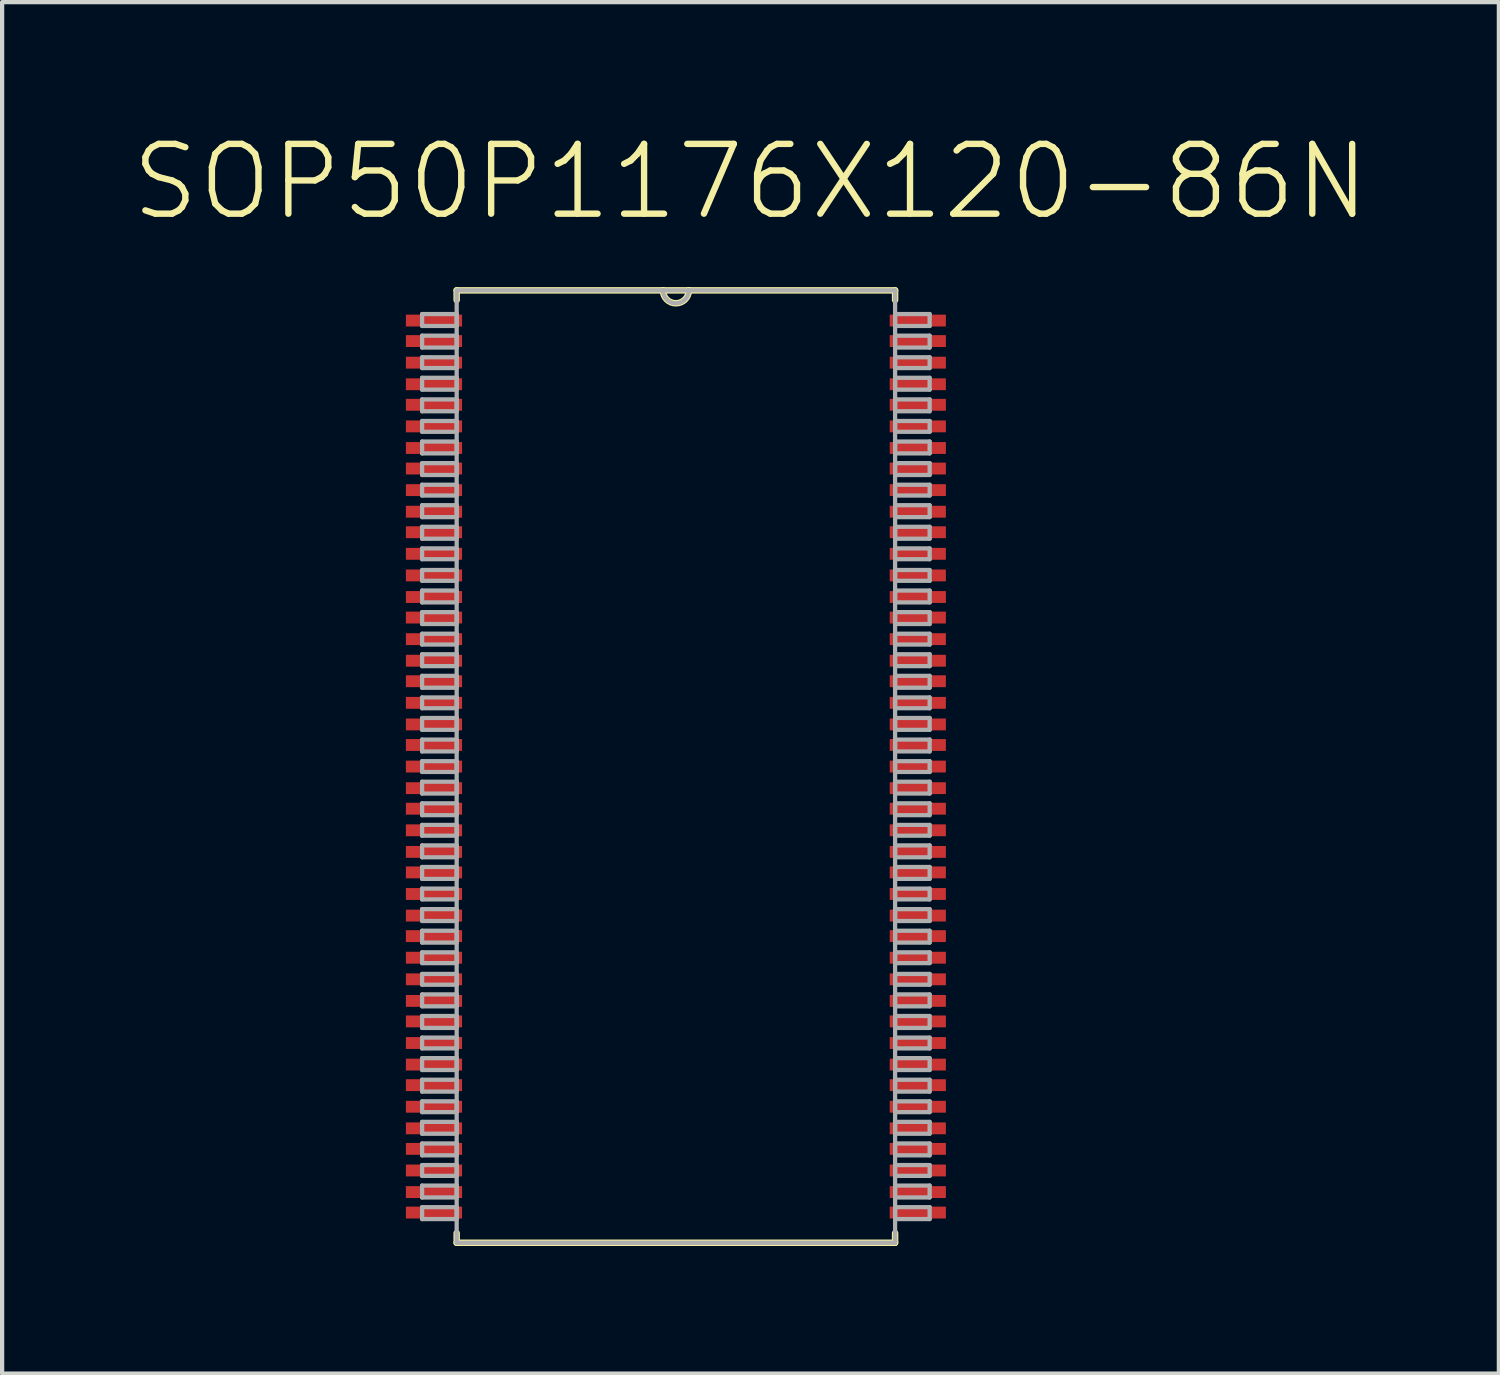
<source format=kicad_pcb>
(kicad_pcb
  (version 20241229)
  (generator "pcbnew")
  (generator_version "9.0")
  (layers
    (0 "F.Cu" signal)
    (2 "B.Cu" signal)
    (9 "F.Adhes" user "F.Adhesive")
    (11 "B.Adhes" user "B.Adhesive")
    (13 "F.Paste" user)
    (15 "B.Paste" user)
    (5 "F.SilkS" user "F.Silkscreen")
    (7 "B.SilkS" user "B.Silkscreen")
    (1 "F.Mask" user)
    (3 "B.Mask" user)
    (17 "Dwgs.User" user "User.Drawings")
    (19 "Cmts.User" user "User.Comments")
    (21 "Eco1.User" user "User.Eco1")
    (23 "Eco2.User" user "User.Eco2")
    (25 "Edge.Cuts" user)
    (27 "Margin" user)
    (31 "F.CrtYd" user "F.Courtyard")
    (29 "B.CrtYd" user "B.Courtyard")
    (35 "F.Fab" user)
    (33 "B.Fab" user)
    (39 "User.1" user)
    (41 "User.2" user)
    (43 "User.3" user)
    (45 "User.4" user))
  (footprint "SOP50P1176X120-86N"
    (layer "F.Cu")
    (at 12.847 14.98)
    (property "Reference" "SOP50P1176X120-86N" (at 1.754 -13.756 0) (layer "F.SilkS") (effects (font (size 1.642 1.642) (thickness 0.15))))
    (attr through_hole)
    (fp_line (start -5.156 -11.201) (end -5.156 -10.973) (stroke (width 0.152) (type solid)) (layer "F.SilkS"))
    (fp_line (start -5.156 10.973) (end -5.156 11.201) (stroke (width 0.152) (type solid)) (layer "F.SilkS"))
    (fp_line (start -5.156 11.201) (end 5.156 11.201) (stroke (width 0.152) (type solid)) (layer "F.SilkS"))
    (fp_line (start -0.305 -11.201) (end -5.156 -11.201) (stroke (width 0.152) (type solid)) (layer "F.SilkS"))
    (fp_line (start 0.305 -11.201) (end -0.305 -11.201) (stroke (width 0.152) (type solid)) (layer "F.SilkS"))
    (fp_line (start 5.156 -11.201) (end 0.305 -11.201) (stroke (width 0.152) (type solid)) (layer "F.SilkS"))
    (fp_line (start 5.156 -10.973) (end 5.156 -11.201) (stroke (width 0.152) (type solid)) (layer "F.SilkS"))
    (fp_line (start 5.156 11.201) (end 5.156 10.973) (stroke (width 0.152) (type solid)) (layer "F.SilkS"))
    (fp_arc (start 0.3048 -11.2014) (mid 0 -10.8966) (end -0.3048 -11.2014) (stroke (width 0.1524) (type solid)) (layer "F.SilkS"))
    (fp_line (start -5.969 -10.643) (end -5.969 -10.363) (stroke (width 0.1) (type solid)) (layer "F.Fab"))
    (fp_line (start -5.969 -10.363) (end -5.156 -10.363) (stroke (width 0.1) (type solid)) (layer "F.Fab"))
    (fp_line (start -5.969 -10.135) (end -5.969 -9.855) (stroke (width 0.1) (type solid)) (layer "F.Fab"))
    (fp_line (start -5.969 -9.855) (end -5.156 -9.855) (stroke (width 0.1) (type solid)) (layer "F.Fab"))
    (fp_line (start -5.969 -9.627) (end -5.969 -9.373) (stroke (width 0.1) (type solid)) (layer "F.Fab"))
    (fp_line (start -5.969 -9.373) (end -5.156 -9.373) (stroke (width 0.1) (type solid)) (layer "F.Fab"))
    (fp_line (start -5.969 -9.144) (end -5.969 -8.865) (stroke (width 0.1) (type solid)) (layer "F.Fab"))
    (fp_line (start -5.969 -8.865) (end -5.156 -8.865) (stroke (width 0.1) (type solid)) (layer "F.Fab"))
    (fp_line (start -5.969 -8.636) (end -5.969 -8.357) (stroke (width 0.1) (type solid)) (layer "F.Fab"))
    (fp_line (start -5.969 -8.357) (end -5.156 -8.357) (stroke (width 0.1) (type solid)) (layer "F.Fab"))
    (fp_line (start -5.969 -8.128) (end -5.969 -7.874) (stroke (width 0.1) (type solid)) (layer "F.Fab"))
    (fp_line (start -5.969 -7.874) (end -5.156 -7.874) (stroke (width 0.1) (type solid)) (layer "F.Fab"))
    (fp_line (start -5.969 -7.645) (end -5.969 -7.366) (stroke (width 0.1) (type solid)) (layer "F.Fab"))
    (fp_line (start -5.969 -7.366) (end -5.156 -7.366) (stroke (width 0.1) (type solid)) (layer "F.Fab"))
    (fp_line (start -5.969 -7.137) (end -5.969 -6.858) (stroke (width 0.1) (type solid)) (layer "F.Fab"))
    (fp_line (start -5.969 -6.858) (end -5.156 -6.858) (stroke (width 0.1) (type solid)) (layer "F.Fab"))
    (fp_line (start -5.969 -6.629) (end -5.969 -6.375) (stroke (width 0.1) (type solid)) (layer "F.Fab"))
    (fp_line (start -5.969 -6.375) (end -5.156 -6.375) (stroke (width 0.1) (type solid)) (layer "F.Fab"))
    (fp_line (start -5.969 -6.147) (end -5.969 -5.867) (stroke (width 0.1) (type solid)) (layer "F.Fab"))
    (fp_line (start -5.969 -5.867) (end -5.156 -5.867) (stroke (width 0.1) (type solid)) (layer "F.Fab"))
    (fp_line (start -5.969 -5.639) (end -5.969 -5.359) (stroke (width 0.1) (type solid)) (layer "F.Fab"))
    (fp_line (start -5.969 -5.359) (end -5.156 -5.359) (stroke (width 0.1) (type solid)) (layer "F.Fab"))
    (fp_line (start -5.969 -5.131) (end -5.969 -4.877) (stroke (width 0.1) (type solid)) (layer "F.Fab"))
    (fp_line (start -5.969 -4.877) (end -5.156 -4.877) (stroke (width 0.1) (type solid)) (layer "F.Fab"))
    (fp_line (start -5.969 -4.623) (end -5.969 -4.369) (stroke (width 0.1) (type solid)) (layer "F.Fab"))
    (fp_line (start -5.969 -4.369) (end -5.156 -4.369) (stroke (width 0.1) (type solid)) (layer "F.Fab"))
    (fp_line (start -5.969 -4.14) (end -5.969 -3.861) (stroke (width 0.1) (type solid)) (layer "F.Fab"))
    (fp_line (start -5.969 -3.861) (end -5.156 -3.861) (stroke (width 0.1) (type solid)) (layer "F.Fab"))
    (fp_line (start -5.969 -3.632) (end -5.969 -3.353) (stroke (width 0.1) (type solid)) (layer "F.Fab"))
    (fp_line (start -5.969 -3.353) (end -5.156 -3.353) (stroke (width 0.1) (type solid)) (layer "F.Fab"))
    (fp_line (start -5.969 -3.124) (end -5.969 -2.87) (stroke (width 0.1) (type solid)) (layer "F.Fab"))
    (fp_line (start -5.969 -2.87) (end -5.156 -2.87) (stroke (width 0.1) (type solid)) (layer "F.Fab"))
    (fp_line (start -5.969 -2.642) (end -5.969 -2.362) (stroke (width 0.1) (type solid)) (layer "F.Fab"))
    (fp_line (start -5.969 -2.362) (end -5.156 -2.362) (stroke (width 0.1) (type solid)) (layer "F.Fab"))
    (fp_line (start -5.969 -2.134) (end -5.969 -1.854) (stroke (width 0.1) (type solid)) (layer "F.Fab"))
    (fp_line (start -5.969 -1.854) (end -5.156 -1.854) (stroke (width 0.1) (type solid)) (layer "F.Fab"))
    (fp_line (start -5.969 -1.626) (end -5.969 -1.372) (stroke (width 0.1) (type solid)) (layer "F.Fab"))
    (fp_line (start -5.969 -1.372) (end -5.156 -1.372) (stroke (width 0.1) (type solid)) (layer "F.Fab"))
    (fp_line (start -5.969 -1.143) (end -5.969 -0.864) (stroke (width 0.1) (type solid)) (layer "F.Fab"))
    (fp_line (start -5.969 -0.864) (end -5.156 -0.864) (stroke (width 0.1) (type solid)) (layer "F.Fab"))
    (fp_line (start -5.969 -0.635) (end -5.969 -0.356) (stroke (width 0.1) (type solid)) (layer "F.Fab"))
    (fp_line (start -5.969 -0.356) (end -5.156 -0.356) (stroke (width 0.1) (type solid)) (layer "F.Fab"))
    (fp_line (start -5.969 -0.127) (end -5.969 0.127) (stroke (width 0.1) (type solid)) (layer "F.Fab"))
    (fp_line (start -5.969 0.127) (end -5.156 0.127) (stroke (width 0.1) (type solid)) (layer "F.Fab"))
    (fp_line (start -5.969 0.356) (end -5.969 0.635) (stroke (width 0.1) (type solid)) (layer "F.Fab"))
    (fp_line (start -5.969 0.635) (end -5.156 0.635) (stroke (width 0.1) (type solid)) (layer "F.Fab"))
    (fp_line (start -5.969 0.864) (end -5.969 1.143) (stroke (width 0.1) (type solid)) (layer "F.Fab"))
    (fp_line (start -5.969 1.143) (end -5.156 1.143) (stroke (width 0.1) (type solid)) (layer "F.Fab"))
    (fp_line (start -5.969 1.372) (end -5.969 1.626) (stroke (width 0.1) (type solid)) (layer "F.Fab"))
    (fp_line (start -5.969 1.626) (end -5.156 1.626) (stroke (width 0.1) (type solid)) (layer "F.Fab"))
    (fp_line (start -5.969 1.854) (end -5.969 2.134) (stroke (width 0.1) (type solid)) (layer "F.Fab"))
    (fp_line (start -5.969 2.134) (end -5.156 2.134) (stroke (width 0.1) (type solid)) (layer "F.Fab"))
    (fp_line (start -5.969 2.362) (end -5.969 2.642) (stroke (width 0.1) (type solid)) (layer "F.Fab"))
    (fp_line (start -5.969 2.642) (end -5.156 2.642) (stroke (width 0.1) (type solid)) (layer "F.Fab"))
    (fp_line (start -5.969 2.87) (end -5.969 3.124) (stroke (width 0.1) (type solid)) (layer "F.Fab"))
    (fp_line (start -5.969 3.124) (end -5.156 3.124) (stroke (width 0.1) (type solid)) (layer "F.Fab"))
    (fp_line (start -5.969 3.353) (end -5.969 3.632) (stroke (width 0.1) (type solid)) (layer "F.Fab"))
    (fp_line (start -5.969 3.632) (end -5.156 3.632) (stroke (width 0.1) (type solid)) (layer "F.Fab"))
    (fp_line (start -5.969 3.861) (end -5.969 4.14) (stroke (width 0.1) (type solid)) (layer "F.Fab"))
    (fp_line (start -5.969 4.14) (end -5.156 4.14) (stroke (width 0.1) (type solid)) (layer "F.Fab"))
    (fp_line (start -5.969 4.369) (end -5.969 4.623) (stroke (width 0.1) (type solid)) (layer "F.Fab"))
    (fp_line (start -5.969 4.623) (end -5.156 4.623) (stroke (width 0.1) (type solid)) (layer "F.Fab"))
    (fp_line (start -5.969 4.877) (end -5.969 5.131) (stroke (width 0.1) (type solid)) (layer "F.Fab"))
    (fp_line (start -5.969 5.131) (end -5.156 5.131) (stroke (width 0.1) (type solid)) (layer "F.Fab"))
    (fp_line (start -5.969 5.359) (end -5.969 5.639) (stroke (width 0.1) (type solid)) (layer "F.Fab"))
    (fp_line (start -5.969 5.639) (end -5.156 5.639) (stroke (width 0.1) (type solid)) (layer "F.Fab"))
    (fp_line (start -5.969 5.867) (end -5.969 6.147) (stroke (width 0.1) (type solid)) (layer "F.Fab"))
    (fp_line (start -5.969 6.147) (end -5.156 6.147) (stroke (width 0.1) (type solid)) (layer "F.Fab"))
    (fp_line (start -5.969 6.375) (end -5.969 6.629) (stroke (width 0.1) (type solid)) (layer "F.Fab"))
    (fp_line (start -5.969 6.629) (end -5.156 6.629) (stroke (width 0.1) (type solid)) (layer "F.Fab"))
    (fp_line (start -5.969 6.858) (end -5.969 7.137) (stroke (width 0.1) (type solid)) (layer "F.Fab"))
    (fp_line (start -5.969 7.137) (end -5.156 7.137) (stroke (width 0.1) (type solid)) (layer "F.Fab"))
    (fp_line (start -5.969 7.366) (end -5.969 7.645) (stroke (width 0.1) (type solid)) (layer "F.Fab"))
    (fp_line (start -5.969 7.645) (end -5.156 7.645) (stroke (width 0.1) (type solid)) (layer "F.Fab"))
    (fp_line (start -5.969 7.874) (end -5.969 8.128) (stroke (width 0.1) (type solid)) (layer "F.Fab"))
    (fp_line (start -5.969 8.128) (end -5.156 8.128) (stroke (width 0.1) (type solid)) (layer "F.Fab"))
    (fp_line (start -5.969 8.357) (end -5.969 8.636) (stroke (width 0.1) (type solid)) (layer "F.Fab"))
    (fp_line (start -5.969 8.636) (end -5.156 8.636) (stroke (width 0.1) (type solid)) (layer "F.Fab"))
    (fp_line (start -5.969 8.865) (end -5.969 9.144) (stroke (width 0.1) (type solid)) (layer "F.Fab"))
    (fp_line (start -5.969 9.144) (end -5.156 9.144) (stroke (width 0.1) (type solid)) (layer "F.Fab"))
    (fp_line (start -5.969 9.373) (end -5.969 9.627) (stroke (width 0.1) (type solid)) (layer "F.Fab"))
    (fp_line (start -5.969 9.627) (end -5.156 9.627) (stroke (width 0.1) (type solid)) (layer "F.Fab"))
    (fp_line (start -5.969 9.855) (end -5.969 10.135) (stroke (width 0.1) (type solid)) (layer "F.Fab"))
    (fp_line (start -5.969 10.135) (end -5.156 10.135) (stroke (width 0.1) (type solid)) (layer "F.Fab"))
    (fp_line (start -5.969 10.363) (end -5.969 10.643) (stroke (width 0.1) (type solid)) (layer "F.Fab"))
    (fp_line (start -5.969 10.643) (end -5.156 10.643) (stroke (width 0.1) (type solid)) (layer "F.Fab"))
    (fp_line (start -5.156 -11.201) (end -5.156 11.201) (stroke (width 0.1) (type solid)) (layer "F.Fab"))
    (fp_line (start -5.156 -10.643) (end -5.969 -10.643) (stroke (width 0.1) (type solid)) (layer "F.Fab"))
    (fp_line (start -5.156 -10.363) (end -5.156 -10.643) (stroke (width 0.1) (type solid)) (layer "F.Fab"))
    (fp_line (start -5.156 -10.135) (end -5.969 -10.135) (stroke (width 0.1) (type solid)) (layer "F.Fab"))
    (fp_line (start -5.156 -9.855) (end -5.156 -10.135) (stroke (width 0.1) (type solid)) (layer "F.Fab"))
    (fp_line (start -5.156 -9.627) (end -5.969 -9.627) (stroke (width 0.1) (type solid)) (layer "F.Fab"))
    (fp_line (start -5.156 -9.373) (end -5.156 -9.627) (stroke (width 0.1) (type solid)) (layer "F.Fab"))
    (fp_line (start -5.156 -9.144) (end -5.969 -9.144) (stroke (width 0.1) (type solid)) (layer "F.Fab"))
    (fp_line (start -5.156 -8.865) (end -5.156 -9.144) (stroke (width 0.1) (type solid)) (layer "F.Fab"))
    (fp_line (start -5.156 -8.636) (end -5.969 -8.636) (stroke (width 0.1) (type solid)) (layer "F.Fab"))
    (fp_line (start -5.156 -8.357) (end -5.156 -8.636) (stroke (width 0.1) (type solid)) (layer "F.Fab"))
    (fp_line (start -5.156 -8.128) (end -5.969 -8.128) (stroke (width 0.1) (type solid)) (layer "F.Fab"))
    (fp_line (start -5.156 -7.874) (end -5.156 -8.128) (stroke (width 0.1) (type solid)) (layer "F.Fab"))
    (fp_line (start -5.156 -7.645) (end -5.969 -7.645) (stroke (width 0.1) (type solid)) (layer "F.Fab"))
    (fp_line (start -5.156 -7.366) (end -5.156 -7.645) (stroke (width 0.1) (type solid)) (layer "F.Fab"))
    (fp_line (start -5.156 -7.137) (end -5.969 -7.137) (stroke (width 0.1) (type solid)) (layer "F.Fab"))
    (fp_line (start -5.156 -6.858) (end -5.156 -7.137) (stroke (width 0.1) (type solid)) (layer "F.Fab"))
    (fp_line (start -5.156 -6.629) (end -5.969 -6.629) (stroke (width 0.1) (type solid)) (layer "F.Fab"))
    (fp_line (start -5.156 -6.375) (end -5.156 -6.629) (stroke (width 0.1) (type solid)) (layer "F.Fab"))
    (fp_line (start -5.156 -6.147) (end -5.969 -6.147) (stroke (width 0.1) (type solid)) (layer "F.Fab"))
    (fp_line (start -5.156 -5.867) (end -5.156 -6.147) (stroke (width 0.1) (type solid)) (layer "F.Fab"))
    (fp_line (start -5.156 -5.639) (end -5.969 -5.639) (stroke (width 0.1) (type solid)) (layer "F.Fab"))
    (fp_line (start -5.156 -5.359) (end -5.156 -5.639) (stroke (width 0.1) (type solid)) (layer "F.Fab"))
    (fp_line (start -5.156 -5.131) (end -5.969 -5.131) (stroke (width 0.1) (type solid)) (layer "F.Fab"))
    (fp_line (start -5.156 -4.877) (end -5.156 -5.131) (stroke (width 0.1) (type solid)) (layer "F.Fab"))
    (fp_line (start -5.156 -4.623) (end -5.969 -4.623) (stroke (width 0.1) (type solid)) (layer "F.Fab"))
    (fp_line (start -5.156 -4.369) (end -5.156 -4.623) (stroke (width 0.1) (type solid)) (layer "F.Fab"))
    (fp_line (start -5.156 -4.14) (end -5.969 -4.14) (stroke (width 0.1) (type solid)) (layer "F.Fab"))
    (fp_line (start -5.156 -3.861) (end -5.156 -4.14) (stroke (width 0.1) (type solid)) (layer "F.Fab"))
    (fp_line (start -5.156 -3.632) (end -5.969 -3.632) (stroke (width 0.1) (type solid)) (layer "F.Fab"))
    (fp_line (start -5.156 -3.353) (end -5.156 -3.632) (stroke (width 0.1) (type solid)) (layer "F.Fab"))
    (fp_line (start -5.156 -3.124) (end -5.969 -3.124) (stroke (width 0.1) (type solid)) (layer "F.Fab"))
    (fp_line (start -5.156 -2.87) (end -5.156 -3.124) (stroke (width 0.1) (type solid)) (layer "F.Fab"))
    (fp_line (start -5.156 -2.642) (end -5.969 -2.642) (stroke (width 0.1) (type solid)) (layer "F.Fab"))
    (fp_line (start -5.156 -2.362) (end -5.156 -2.642) (stroke (width 0.1) (type solid)) (layer "F.Fab"))
    (fp_line (start -5.156 -2.134) (end -5.969 -2.134) (stroke (width 0.1) (type solid)) (layer "F.Fab"))
    (fp_line (start -5.156 -1.854) (end -5.156 -2.134) (stroke (width 0.1) (type solid)) (layer "F.Fab"))
    (fp_line (start -5.156 -1.626) (end -5.969 -1.626) (stroke (width 0.1) (type solid)) (layer "F.Fab"))
    (fp_line (start -5.156 -1.372) (end -5.156 -1.626) (stroke (width 0.1) (type solid)) (layer "F.Fab"))
    (fp_line (start -5.156 -1.143) (end -5.969 -1.143) (stroke (width 0.1) (type solid)) (layer "F.Fab"))
    (fp_line (start -5.156 -0.864) (end -5.156 -1.143) (stroke (width 0.1) (type solid)) (layer "F.Fab"))
    (fp_line (start -5.156 -0.635) (end -5.969 -0.635) (stroke (width 0.1) (type solid)) (layer "F.Fab"))
    (fp_line (start -5.156 -0.356) (end -5.156 -0.635) (stroke (width 0.1) (type solid)) (layer "F.Fab"))
    (fp_line (start -5.156 -0.127) (end -5.969 -0.127) (stroke (width 0.1) (type solid)) (layer "F.Fab"))
    (fp_line (start -5.156 0.127) (end -5.156 -0.127) (stroke (width 0.1) (type solid)) (layer "F.Fab"))
    (fp_line (start -5.156 0.356) (end -5.969 0.356) (stroke (width 0.1) (type solid)) (layer "F.Fab"))
    (fp_line (start -5.156 0.635) (end -5.156 0.356) (stroke (width 0.1) (type solid)) (layer "F.Fab"))
    (fp_line (start -5.156 0.864) (end -5.969 0.864) (stroke (width 0.1) (type solid)) (layer "F.Fab"))
    (fp_line (start -5.156 1.143) (end -5.156 0.864) (stroke (width 0.1) (type solid)) (layer "F.Fab"))
    (fp_line (start -5.156 1.372) (end -5.969 1.372) (stroke (width 0.1) (type solid)) (layer "F.Fab"))
    (fp_line (start -5.156 1.626) (end -5.156 1.372) (stroke (width 0.1) (type solid)) (layer "F.Fab"))
    (fp_line (start -5.156 1.854) (end -5.969 1.854) (stroke (width 0.1) (type solid)) (layer "F.Fab"))
    (fp_line (start -5.156 2.134) (end -5.156 1.854) (stroke (width 0.1) (type solid)) (layer "F.Fab"))
    (fp_line (start -5.156 2.362) (end -5.969 2.362) (stroke (width 0.1) (type solid)) (layer "F.Fab"))
    (fp_line (start -5.156 2.642) (end -5.156 2.362) (stroke (width 0.1) (type solid)) (layer "F.Fab"))
    (fp_line (start -5.156 2.87) (end -5.969 2.87) (stroke (width 0.1) (type solid)) (layer "F.Fab"))
    (fp_line (start -5.156 3.124) (end -5.156 2.87) (stroke (width 0.1) (type solid)) (layer "F.Fab"))
    (fp_line (start -5.156 3.353) (end -5.969 3.353) (stroke (width 0.1) (type solid)) (layer "F.Fab"))
    (fp_line (start -5.156 3.632) (end -5.156 3.353) (stroke (width 0.1) (type solid)) (layer "F.Fab"))
    (fp_line (start -5.156 3.861) (end -5.969 3.861) (stroke (width 0.1) (type solid)) (layer "F.Fab"))
    (fp_line (start -5.156 4.14) (end -5.156 3.861) (stroke (width 0.1) (type solid)) (layer "F.Fab"))
    (fp_line (start -5.156 4.369) (end -5.969 4.369) (stroke (width 0.1) (type solid)) (layer "F.Fab"))
    (fp_line (start -5.156 4.623) (end -5.156 4.369) (stroke (width 0.1) (type solid)) (layer "F.Fab"))
    (fp_line (start -5.156 4.877) (end -5.969 4.877) (stroke (width 0.1) (type solid)) (layer "F.Fab"))
    (fp_line (start -5.156 5.131) (end -5.156 4.877) (stroke (width 0.1) (type solid)) (layer "F.Fab"))
    (fp_line (start -5.156 5.359) (end -5.969 5.359) (stroke (width 0.1) (type solid)) (layer "F.Fab"))
    (fp_line (start -5.156 5.639) (end -5.156 5.359) (stroke (width 0.1) (type solid)) (layer "F.Fab"))
    (fp_line (start -5.156 5.867) (end -5.969 5.867) (stroke (width 0.1) (type solid)) (layer "F.Fab"))
    (fp_line (start -5.156 6.147) (end -5.156 5.867) (stroke (width 0.1) (type solid)) (layer "F.Fab"))
    (fp_line (start -5.156 6.375) (end -5.969 6.375) (stroke (width 0.1) (type solid)) (layer "F.Fab"))
    (fp_line (start -5.156 6.629) (end -5.156 6.375) (stroke (width 0.1) (type solid)) (layer "F.Fab"))
    (fp_line (start -5.156 6.858) (end -5.969 6.858) (stroke (width 0.1) (type solid)) (layer "F.Fab"))
    (fp_line (start -5.156 7.137) (end -5.156 6.858) (stroke (width 0.1) (type solid)) (layer "F.Fab"))
    (fp_line (start -5.156 7.366) (end -5.969 7.366) (stroke (width 0.1) (type solid)) (layer "F.Fab"))
    (fp_line (start -5.156 7.645) (end -5.156 7.366) (stroke (width 0.1) (type solid)) (layer "F.Fab"))
    (fp_line (start -5.156 7.874) (end -5.969 7.874) (stroke (width 0.1) (type solid)) (layer "F.Fab"))
    (fp_line (start -5.156 8.128) (end -5.156 7.874) (stroke (width 0.1) (type solid)) (layer "F.Fab"))
    (fp_line (start -5.156 8.357) (end -5.969 8.357) (stroke (width 0.1) (type solid)) (layer "F.Fab"))
    (fp_line (start -5.156 8.636) (end -5.156 8.357) (stroke (width 0.1) (type solid)) (layer "F.Fab"))
    (fp_line (start -5.156 8.865) (end -5.969 8.865) (stroke (width 0.1) (type solid)) (layer "F.Fab"))
    (fp_line (start -5.156 9.144) (end -5.156 8.865) (stroke (width 0.1) (type solid)) (layer "F.Fab"))
    (fp_line (start -5.156 9.373) (end -5.969 9.373) (stroke (width 0.1) (type solid)) (layer "F.Fab"))
    (fp_line (start -5.156 9.627) (end -5.156 9.373) (stroke (width 0.1) (type solid)) (layer "F.Fab"))
    (fp_line (start -5.156 9.855) (end -5.969 9.855) (stroke (width 0.1) (type solid)) (layer "F.Fab"))
    (fp_line (start -5.156 10.135) (end -5.156 9.855) (stroke (width 0.1) (type solid)) (layer "F.Fab"))
    (fp_line (start -5.156 10.363) (end -5.969 10.363) (stroke (width 0.1) (type solid)) (layer "F.Fab"))
    (fp_line (start -5.156 10.643) (end -5.156 10.363) (stroke (width 0.1) (type solid)) (layer "F.Fab"))
    (fp_line (start -5.156 11.201) (end 5.156 11.201) (stroke (width 0.1) (type solid)) (layer "F.Fab"))
    (fp_line (start -0.305 -11.201) (end -5.156 -11.201) (stroke (width 0.1) (type solid)) (layer "F.Fab"))
    (fp_line (start 0.305 -11.201) (end -0.305 -11.201) (stroke (width 0.1) (type solid)) (layer "F.Fab"))
    (fp_line (start 5.156 -11.201) (end 0.305 -11.201) (stroke (width 0.1) (type solid)) (layer "F.Fab"))
    (fp_line (start 5.156 -10.643) (end 5.156 -10.363) (stroke (width 0.1) (type solid)) (layer "F.Fab"))
    (fp_line (start 5.156 -10.363) (end 5.969 -10.363) (stroke (width 0.1) (type solid)) (layer "F.Fab"))
    (fp_line (start 5.156 -10.135) (end 5.156 -9.855) (stroke (width 0.1) (type solid)) (layer "F.Fab"))
    (fp_line (start 5.156 -9.855) (end 5.969 -9.855) (stroke (width 0.1) (type solid)) (layer "F.Fab"))
    (fp_line (start 5.156 -9.627) (end 5.156 -9.373) (stroke (width 0.1) (type solid)) (layer "F.Fab"))
    (fp_line (start 5.156 -9.373) (end 5.969 -9.373) (stroke (width 0.1) (type solid)) (layer "F.Fab"))
    (fp_line (start 5.156 -9.144) (end 5.156 -8.865) (stroke (width 0.1) (type solid)) (layer "F.Fab"))
    (fp_line (start 5.156 -8.865) (end 5.969 -8.865) (stroke (width 0.1) (type solid)) (layer "F.Fab"))
    (fp_line (start 5.156 -8.636) (end 5.156 -8.357) (stroke (width 0.1) (type solid)) (layer "F.Fab"))
    (fp_line (start 5.156 -8.357) (end 5.969 -8.357) (stroke (width 0.1) (type solid)) (layer "F.Fab"))
    (fp_line (start 5.156 -8.128) (end 5.156 -7.874) (stroke (width 0.1) (type solid)) (layer "F.Fab"))
    (fp_line (start 5.156 -7.874) (end 5.969 -7.874) (stroke (width 0.1) (type solid)) (layer "F.Fab"))
    (fp_line (start 5.156 -7.645) (end 5.156 -7.366) (stroke (width 0.1) (type solid)) (layer "F.Fab"))
    (fp_line (start 5.156 -7.366) (end 5.969 -7.366) (stroke (width 0.1) (type solid)) (layer "F.Fab"))
    (fp_line (start 5.156 -7.137) (end 5.156 -6.858) (stroke (width 0.1) (type solid)) (layer "F.Fab"))
    (fp_line (start 5.156 -6.858) (end 5.969 -6.858) (stroke (width 0.1) (type solid)) (layer "F.Fab"))
    (fp_line (start 5.156 -6.629) (end 5.156 -6.375) (stroke (width 0.1) (type solid)) (layer "F.Fab"))
    (fp_line (start 5.156 -6.375) (end 5.969 -6.375) (stroke (width 0.1) (type solid)) (layer "F.Fab"))
    (fp_line (start 5.156 -6.147) (end 5.156 -5.867) (stroke (width 0.1) (type solid)) (layer "F.Fab"))
    (fp_line (start 5.156 -5.867) (end 5.969 -5.867) (stroke (width 0.1) (type solid)) (layer "F.Fab"))
    (fp_line (start 5.156 -5.639) (end 5.156 -5.359) (stroke (width 0.1) (type solid)) (layer "F.Fab"))
    (fp_line (start 5.156 -5.359) (end 5.969 -5.359) (stroke (width 0.1) (type solid)) (layer "F.Fab"))
    (fp_line (start 5.156 -5.131) (end 5.156 -4.877) (stroke (width 0.1) (type solid)) (layer "F.Fab"))
    (fp_line (start 5.156 -4.877) (end 5.969 -4.877) (stroke (width 0.1) (type solid)) (layer "F.Fab"))
    (fp_line (start 5.156 -4.623) (end 5.156 -4.369) (stroke (width 0.1) (type solid)) (layer "F.Fab"))
    (fp_line (start 5.156 -4.369) (end 5.969 -4.369) (stroke (width 0.1) (type solid)) (layer "F.Fab"))
    (fp_line (start 5.156 -4.14) (end 5.156 -3.861) (stroke (width 0.1) (type solid)) (layer "F.Fab"))
    (fp_line (start 5.156 -3.861) (end 5.969 -3.861) (stroke (width 0.1) (type solid)) (layer "F.Fab"))
    (fp_line (start 5.156 -3.632) (end 5.156 -3.353) (stroke (width 0.1) (type solid)) (layer "F.Fab"))
    (fp_line (start 5.156 -3.353) (end 5.969 -3.353) (stroke (width 0.1) (type solid)) (layer "F.Fab"))
    (fp_line (start 5.156 -3.124) (end 5.156 -2.87) (stroke (width 0.1) (type solid)) (layer "F.Fab"))
    (fp_line (start 5.156 -2.87) (end 5.969 -2.87) (stroke (width 0.1) (type solid)) (layer "F.Fab"))
    (fp_line (start 5.156 -2.642) (end 5.156 -2.362) (stroke (width 0.1) (type solid)) (layer "F.Fab"))
    (fp_line (start 5.156 -2.362) (end 5.969 -2.362) (stroke (width 0.1) (type solid)) (layer "F.Fab"))
    (fp_line (start 5.156 -2.134) (end 5.156 -1.854) (stroke (width 0.1) (type solid)) (layer "F.Fab"))
    (fp_line (start 5.156 -1.854) (end 5.969 -1.854) (stroke (width 0.1) (type solid)) (layer "F.Fab"))
    (fp_line (start 5.156 -1.626) (end 5.156 -1.372) (stroke (width 0.1) (type solid)) (layer "F.Fab"))
    (fp_line (start 5.156 -1.372) (end 5.969 -1.372) (stroke (width 0.1) (type solid)) (layer "F.Fab"))
    (fp_line (start 5.156 -1.143) (end 5.156 -0.864) (stroke (width 0.1) (type solid)) (layer "F.Fab"))
    (fp_line (start 5.156 -0.864) (end 5.969 -0.864) (stroke (width 0.1) (type solid)) (layer "F.Fab"))
    (fp_line (start 5.156 -0.635) (end 5.156 -0.356) (stroke (width 0.1) (type solid)) (layer "F.Fab"))
    (fp_line (start 5.156 -0.356) (end 5.969 -0.356) (stroke (width 0.1) (type solid)) (layer "F.Fab"))
    (fp_line (start 5.156 -0.127) (end 5.156 0.127) (stroke (width 0.1) (type solid)) (layer "F.Fab"))
    (fp_line (start 5.156 0.127) (end 5.969 0.127) (stroke (width 0.1) (type solid)) (layer "F.Fab"))
    (fp_line (start 5.156 0.356) (end 5.156 0.635) (stroke (width 0.1) (type solid)) (layer "F.Fab"))
    (fp_line (start 5.156 0.635) (end 5.969 0.635) (stroke (width 0.1) (type solid)) (layer "F.Fab"))
    (fp_line (start 5.156 0.864) (end 5.156 1.143) (stroke (width 0.1) (type solid)) (layer "F.Fab"))
    (fp_line (start 5.156 1.143) (end 5.969 1.143) (stroke (width 0.1) (type solid)) (layer "F.Fab"))
    (fp_line (start 5.156 1.372) (end 5.156 1.626) (stroke (width 0.1) (type solid)) (layer "F.Fab"))
    (fp_line (start 5.156 1.626) (end 5.969 1.626) (stroke (width 0.1) (type solid)) (layer "F.Fab"))
    (fp_line (start 5.156 1.854) (end 5.156 2.134) (stroke (width 0.1) (type solid)) (layer "F.Fab"))
    (fp_line (start 5.156 2.134) (end 5.969 2.134) (stroke (width 0.1) (type solid)) (layer "F.Fab"))
    (fp_line (start 5.156 2.362) (end 5.156 2.642) (stroke (width 0.1) (type solid)) (layer "F.Fab"))
    (fp_line (start 5.156 2.642) (end 5.969 2.642) (stroke (width 0.1) (type solid)) (layer "F.Fab"))
    (fp_line (start 5.156 2.87) (end 5.156 3.124) (stroke (width 0.1) (type solid)) (layer "F.Fab"))
    (fp_line (start 5.156 3.124) (end 5.969 3.124) (stroke (width 0.1) (type solid)) (layer "F.Fab"))
    (fp_line (start 5.156 3.353) (end 5.156 3.632) (stroke (width 0.1) (type solid)) (layer "F.Fab"))
    (fp_line (start 5.156 3.632) (end 5.969 3.632) (stroke (width 0.1) (type solid)) (layer "F.Fab"))
    (fp_line (start 5.156 3.861) (end 5.156 4.14) (stroke (width 0.1) (type solid)) (layer "F.Fab"))
    (fp_line (start 5.156 4.14) (end 5.969 4.14) (stroke (width 0.1) (type solid)) (layer "F.Fab"))
    (fp_line (start 5.156 4.369) (end 5.156 4.623) (stroke (width 0.1) (type solid)) (layer "F.Fab"))
    (fp_line (start 5.156 4.623) (end 5.969 4.623) (stroke (width 0.1) (type solid)) (layer "F.Fab"))
    (fp_line (start 5.156 4.877) (end 5.156 5.131) (stroke (width 0.1) (type solid)) (layer "F.Fab"))
    (fp_line (start 5.156 5.131) (end 5.969 5.131) (stroke (width 0.1) (type solid)) (layer "F.Fab"))
    (fp_line (start 5.156 5.359) (end 5.156 5.639) (stroke (width 0.1) (type solid)) (layer "F.Fab"))
    (fp_line (start 5.156 5.639) (end 5.969 5.639) (stroke (width 0.1) (type solid)) (layer "F.Fab"))
    (fp_line (start 5.156 5.867) (end 5.156 6.147) (stroke (width 0.1) (type solid)) (layer "F.Fab"))
    (fp_line (start 5.156 6.147) (end 5.969 6.147) (stroke (width 0.1) (type solid)) (layer "F.Fab"))
    (fp_line (start 5.156 6.375) (end 5.156 6.629) (stroke (width 0.1) (type solid)) (layer "F.Fab"))
    (fp_line (start 5.156 6.629) (end 5.969 6.629) (stroke (width 0.1) (type solid)) (layer "F.Fab"))
    (fp_line (start 5.156 6.858) (end 5.156 7.137) (stroke (width 0.1) (type solid)) (layer "F.Fab"))
    (fp_line (start 5.156 7.137) (end 5.969 7.137) (stroke (width 0.1) (type solid)) (layer "F.Fab"))
    (fp_line (start 5.156 7.366) (end 5.156 7.645) (stroke (width 0.1) (type solid)) (layer "F.Fab"))
    (fp_line (start 5.156 7.645) (end 5.969 7.645) (stroke (width 0.1) (type solid)) (layer "F.Fab"))
    (fp_line (start 5.156 7.874) (end 5.156 8.128) (stroke (width 0.1) (type solid)) (layer "F.Fab"))
    (fp_line (start 5.156 8.128) (end 5.969 8.128) (stroke (width 0.1) (type solid)) (layer "F.Fab"))
    (fp_line (start 5.156 8.357) (end 5.156 8.636) (stroke (width 0.1) (type solid)) (layer "F.Fab"))
    (fp_line (start 5.156 8.636) (end 5.969 8.636) (stroke (width 0.1) (type solid)) (layer "F.Fab"))
    (fp_line (start 5.156 8.865) (end 5.156 9.144) (stroke (width 0.1) (type solid)) (layer "F.Fab"))
    (fp_line (start 5.156 9.144) (end 5.969 9.144) (stroke (width 0.1) (type solid)) (layer "F.Fab"))
    (fp_line (start 5.156 9.373) (end 5.156 9.627) (stroke (width 0.1) (type solid)) (layer "F.Fab"))
    (fp_line (start 5.156 9.627) (end 5.969 9.627) (stroke (width 0.1) (type solid)) (layer "F.Fab"))
    (fp_line (start 5.156 9.855) (end 5.156 10.135) (stroke (width 0.1) (type solid)) (layer "F.Fab"))
    (fp_line (start 5.156 10.135) (end 5.969 10.135) (stroke (width 0.1) (type solid)) (layer "F.Fab"))
    (fp_line (start 5.156 10.363) (end 5.156 10.643) (stroke (width 0.1) (type solid)) (layer "F.Fab"))
    (fp_line (start 5.156 10.643) (end 5.969 10.643) (stroke (width 0.1) (type solid)) (layer "F.Fab"))
    (fp_line (start 5.156 11.201) (end 5.156 -11.201) (stroke (width 0.1) (type solid)) (layer "F.Fab"))
    (fp_line (start 5.969 -10.643) (end 5.156 -10.643) (stroke (width 0.1) (type solid)) (layer "F.Fab"))
    (fp_line (start 5.969 -10.363) (end 5.969 -10.643) (stroke (width 0.1) (type solid)) (layer "F.Fab"))
    (fp_line (start 5.969 -10.135) (end 5.156 -10.135) (stroke (width 0.1) (type solid)) (layer "F.Fab"))
    (fp_line (start 5.969 -9.855) (end 5.969 -10.135) (stroke (width 0.1) (type solid)) (layer "F.Fab"))
    (fp_line (start 5.969 -9.627) (end 5.156 -9.627) (stroke (width 0.1) (type solid)) (layer "F.Fab"))
    (fp_line (start 5.969 -9.373) (end 5.969 -9.627) (stroke (width 0.1) (type solid)) (layer "F.Fab"))
    (fp_line (start 5.969 -9.144) (end 5.156 -9.144) (stroke (width 0.1) (type solid)) (layer "F.Fab"))
    (fp_line (start 5.969 -8.865) (end 5.969 -9.144) (stroke (width 0.1) (type solid)) (layer "F.Fab"))
    (fp_line (start 5.969 -8.636) (end 5.156 -8.636) (stroke (width 0.1) (type solid)) (layer "F.Fab"))
    (fp_line (start 5.969 -8.357) (end 5.969 -8.636) (stroke (width 0.1) (type solid)) (layer "F.Fab"))
    (fp_line (start 5.969 -8.128) (end 5.156 -8.128) (stroke (width 0.1) (type solid)) (layer "F.Fab"))
    (fp_line (start 5.969 -7.874) (end 5.969 -8.128) (stroke (width 0.1) (type solid)) (layer "F.Fab"))
    (fp_line (start 5.969 -7.645) (end 5.156 -7.645) (stroke (width 0.1) (type solid)) (layer "F.Fab"))
    (fp_line (start 5.969 -7.366) (end 5.969 -7.645) (stroke (width 0.1) (type solid)) (layer "F.Fab"))
    (fp_line (start 5.969 -7.137) (end 5.156 -7.137) (stroke (width 0.1) (type solid)) (layer "F.Fab"))
    (fp_line (start 5.969 -6.858) (end 5.969 -7.137) (stroke (width 0.1) (type solid)) (layer "F.Fab"))
    (fp_line (start 5.969 -6.629) (end 5.156 -6.629) (stroke (width 0.1) (type solid)) (layer "F.Fab"))
    (fp_line (start 5.969 -6.375) (end 5.969 -6.629) (stroke (width 0.1) (type solid)) (layer "F.Fab"))
    (fp_line (start 5.969 -6.147) (end 5.156 -6.147) (stroke (width 0.1) (type solid)) (layer "F.Fab"))
    (fp_line (start 5.969 -5.867) (end 5.969 -6.147) (stroke (width 0.1) (type solid)) (layer "F.Fab"))
    (fp_line (start 5.969 -5.639) (end 5.156 -5.639) (stroke (width 0.1) (type solid)) (layer "F.Fab"))
    (fp_line (start 5.969 -5.359) (end 5.969 -5.639) (stroke (width 0.1) (type solid)) (layer "F.Fab"))
    (fp_line (start 5.969 -5.131) (end 5.156 -5.131) (stroke (width 0.1) (type solid)) (layer "F.Fab"))
    (fp_line (start 5.969 -4.877) (end 5.969 -5.131) (stroke (width 0.1) (type solid)) (layer "F.Fab"))
    (fp_line (start 5.969 -4.623) (end 5.156 -4.623) (stroke (width 0.1) (type solid)) (layer "F.Fab"))
    (fp_line (start 5.969 -4.369) (end 5.969 -4.623) (stroke (width 0.1) (type solid)) (layer "F.Fab"))
    (fp_line (start 5.969 -4.14) (end 5.156 -4.14) (stroke (width 0.1) (type solid)) (layer "F.Fab"))
    (fp_line (start 5.969 -3.861) (end 5.969 -4.14) (stroke (width 0.1) (type solid)) (layer "F.Fab"))
    (fp_line (start 5.969 -3.632) (end 5.156 -3.632) (stroke (width 0.1) (type solid)) (layer "F.Fab"))
    (fp_line (start 5.969 -3.353) (end 5.969 -3.632) (stroke (width 0.1) (type solid)) (layer "F.Fab"))
    (fp_line (start 5.969 -3.124) (end 5.156 -3.124) (stroke (width 0.1) (type solid)) (layer "F.Fab"))
    (fp_line (start 5.969 -2.87) (end 5.969 -3.124) (stroke (width 0.1) (type solid)) (layer "F.Fab"))
    (fp_line (start 5.969 -2.642) (end 5.156 -2.642) (stroke (width 0.1) (type solid)) (layer "F.Fab"))
    (fp_line (start 5.969 -2.362) (end 5.969 -2.642) (stroke (width 0.1) (type solid)) (layer "F.Fab"))
    (fp_line (start 5.969 -2.134) (end 5.156 -2.134) (stroke (width 0.1) (type solid)) (layer "F.Fab"))
    (fp_line (start 5.969 -1.854) (end 5.969 -2.134) (stroke (width 0.1) (type solid)) (layer "F.Fab"))
    (fp_line (start 5.969 -1.626) (end 5.156 -1.626) (stroke (width 0.1) (type solid)) (layer "F.Fab"))
    (fp_line (start 5.969 -1.372) (end 5.969 -1.626) (stroke (width 0.1) (type solid)) (layer "F.Fab"))
    (fp_line (start 5.969 -1.143) (end 5.156 -1.143) (stroke (width 0.1) (type solid)) (layer "F.Fab"))
    (fp_line (start 5.969 -0.864) (end 5.969 -1.143) (stroke (width 0.1) (type solid)) (layer "F.Fab"))
    (fp_line (start 5.969 -0.635) (end 5.156 -0.635) (stroke (width 0.1) (type solid)) (layer "F.Fab"))
    (fp_line (start 5.969 -0.356) (end 5.969 -0.635) (stroke (width 0.1) (type solid)) (layer "F.Fab"))
    (fp_line (start 5.969 -0.127) (end 5.156 -0.127) (stroke (width 0.1) (type solid)) (layer "F.Fab"))
    (fp_line (start 5.969 0.127) (end 5.969 -0.127) (stroke (width 0.1) (type solid)) (layer "F.Fab"))
    (fp_line (start 5.969 0.356) (end 5.156 0.356) (stroke (width 0.1) (type solid)) (layer "F.Fab"))
    (fp_line (start 5.969 0.635) (end 5.969 0.356) (stroke (width 0.1) (type solid)) (layer "F.Fab"))
    (fp_line (start 5.969 0.864) (end 5.156 0.864) (stroke (width 0.1) (type solid)) (layer "F.Fab"))
    (fp_line (start 5.969 1.143) (end 5.969 0.864) (stroke (width 0.1) (type solid)) (layer "F.Fab"))
    (fp_line (start 5.969 1.372) (end 5.156 1.372) (stroke (width 0.1) (type solid)) (layer "F.Fab"))
    (fp_line (start 5.969 1.626) (end 5.969 1.372) (stroke (width 0.1) (type solid)) (layer "F.Fab"))
    (fp_line (start 5.969 1.854) (end 5.156 1.854) (stroke (width 0.1) (type solid)) (layer "F.Fab"))
    (fp_line (start 5.969 2.134) (end 5.969 1.854) (stroke (width 0.1) (type solid)) (layer "F.Fab"))
    (fp_line (start 5.969 2.362) (end 5.156 2.362) (stroke (width 0.1) (type solid)) (layer "F.Fab"))
    (fp_line (start 5.969 2.642) (end 5.969 2.362) (stroke (width 0.1) (type solid)) (layer "F.Fab"))
    (fp_line (start 5.969 2.87) (end 5.156 2.87) (stroke (width 0.1) (type solid)) (layer "F.Fab"))
    (fp_line (start 5.969 3.124) (end 5.969 2.87) (stroke (width 0.1) (type solid)) (layer "F.Fab"))
    (fp_line (start 5.969 3.353) (end 5.156 3.353) (stroke (width 0.1) (type solid)) (layer "F.Fab"))
    (fp_line (start 5.969 3.632) (end 5.969 3.353) (stroke (width 0.1) (type solid)) (layer "F.Fab"))
    (fp_line (start 5.969 3.861) (end 5.156 3.861) (stroke (width 0.1) (type solid)) (layer "F.Fab"))
    (fp_line (start 5.969 4.14) (end 5.969 3.861) (stroke (width 0.1) (type solid)) (layer "F.Fab"))
    (fp_line (start 5.969 4.369) (end 5.156 4.369) (stroke (width 0.1) (type solid)) (layer "F.Fab"))
    (fp_line (start 5.969 4.623) (end 5.969 4.369) (stroke (width 0.1) (type solid)) (layer "F.Fab"))
    (fp_line (start 5.969 4.877) (end 5.156 4.877) (stroke (width 0.1) (type solid)) (layer "F.Fab"))
    (fp_line (start 5.969 5.131) (end 5.969 4.877) (stroke (width 0.1) (type solid)) (layer "F.Fab"))
    (fp_line (start 5.969 5.359) (end 5.156 5.359) (stroke (width 0.1) (type solid)) (layer "F.Fab"))
    (fp_line (start 5.969 5.639) (end 5.969 5.359) (stroke (width 0.1) (type solid)) (layer "F.Fab"))
    (fp_line (start 5.969 5.867) (end 5.156 5.867) (stroke (width 0.1) (type solid)) (layer "F.Fab"))
    (fp_line (start 5.969 6.147) (end 5.969 5.867) (stroke (width 0.1) (type solid)) (layer "F.Fab"))
    (fp_line (start 5.969 6.375) (end 5.156 6.375) (stroke (width 0.1) (type solid)) (layer "F.Fab"))
    (fp_line (start 5.969 6.629) (end 5.969 6.375) (stroke (width 0.1) (type solid)) (layer "F.Fab"))
    (fp_line (start 5.969 6.858) (end 5.156 6.858) (stroke (width 0.1) (type solid)) (layer "F.Fab"))
    (fp_line (start 5.969 7.137) (end 5.969 6.858) (stroke (width 0.1) (type solid)) (layer "F.Fab"))
    (fp_line (start 5.969 7.366) (end 5.156 7.366) (stroke (width 0.1) (type solid)) (layer "F.Fab"))
    (fp_line (start 5.969 7.645) (end 5.969 7.366) (stroke (width 0.1) (type solid)) (layer "F.Fab"))
    (fp_line (start 5.969 7.874) (end 5.156 7.874) (stroke (width 0.1) (type solid)) (layer "F.Fab"))
    (fp_line (start 5.969 8.128) (end 5.969 7.874) (stroke (width 0.1) (type solid)) (layer "F.Fab"))
    (fp_line (start 5.969 8.357) (end 5.156 8.357) (stroke (width 0.1) (type solid)) (layer "F.Fab"))
    (fp_line (start 5.969 8.636) (end 5.969 8.357) (stroke (width 0.1) (type solid)) (layer "F.Fab"))
    (fp_line (start 5.969 8.865) (end 5.156 8.865) (stroke (width 0.1) (type solid)) (layer "F.Fab"))
    (fp_line (start 5.969 9.144) (end 5.969 8.865) (stroke (width 0.1) (type solid)) (layer "F.Fab"))
    (fp_line (start 5.969 9.373) (end 5.156 9.373) (stroke (width 0.1) (type solid)) (layer "F.Fab"))
    (fp_line (start 5.969 9.627) (end 5.969 9.373) (stroke (width 0.1) (type solid)) (layer "F.Fab"))
    (fp_line (start 5.969 9.855) (end 5.156 9.855) (stroke (width 0.1) (type solid)) (layer "F.Fab"))
    (fp_line (start 5.969 10.135) (end 5.969 9.855) (stroke (width 0.1) (type solid)) (layer "F.Fab"))
    (fp_line (start 5.969 10.363) (end 5.156 10.363) (stroke (width 0.1) (type solid)) (layer "F.Fab"))
    (fp_line (start 5.969 10.643) (end 5.969 10.363) (stroke (width 0.1) (type solid)) (layer "F.Fab"))
    (fp_arc (start 0.3048 -11.2014) (mid 0 -10.8966) (end -0.3048 -11.2014) (stroke (width 0.1) (type solid)) (layer "F.Fab"))
    (pad "1" smd rect (at -5.69 -10.49) (size 1.321 0.279) (layers "F.Cu" "F.Mask" "F.Paste"))
    (pad "2" smd rect (at -5.69 -10.008) (size 1.321 0.279) (layers "F.Cu" "F.Mask" "F.Paste"))
    (pad "3" smd rect (at -5.69 -9.5) (size 1.321 0.279) (layers "F.Cu" "F.Mask" "F.Paste"))
    (pad "4" smd rect (at -5.69 -8.992) (size 1.321 0.279) (layers "F.Cu" "F.Mask" "F.Paste"))
    (pad "5" smd rect (at -5.69 -8.509) (size 1.321 0.279) (layers "F.Cu" "F.Mask" "F.Paste"))
    (pad "6" smd rect (at -5.69 -8.001) (size 1.321 0.279) (layers "F.Cu" "F.Mask" "F.Paste"))
    (pad "7" smd rect (at -5.69 -7.493) (size 1.321 0.279) (layers "F.Cu" "F.Mask" "F.Paste"))
    (pad "8" smd rect (at -5.69 -7.01) (size 1.321 0.279) (layers "F.Cu" "F.Mask" "F.Paste"))
    (pad "9" smd rect (at -5.69 -6.502) (size 1.321 0.279) (layers "F.Cu" "F.Mask" "F.Paste"))
    (pad "10" smd rect (at -5.69 -5.994) (size 1.321 0.279) (layers "F.Cu" "F.Mask" "F.Paste"))
    (pad "11" smd rect (at -5.69 -5.512) (size 1.321 0.279) (layers "F.Cu" "F.Mask" "F.Paste"))
    (pad "12" smd rect (at -5.69 -5.004) (size 1.321 0.279) (layers "F.Cu" "F.Mask" "F.Paste"))
    (pad "13" smd rect (at -5.69 -4.496) (size 1.321 0.279) (layers "F.Cu" "F.Mask" "F.Paste"))
    (pad "14" smd rect (at -5.69 -3.988) (size 1.321 0.279) (layers "F.Cu" "F.Mask" "F.Paste"))
    (pad "15" smd rect (at -5.69 -3.505) (size 1.321 0.279) (layers "F.Cu" "F.Mask" "F.Paste"))
    (pad "16" smd rect (at -5.69 -2.997) (size 1.321 0.279) (layers "F.Cu" "F.Mask" "F.Paste"))
    (pad "17" smd rect (at -5.69 -2.489) (size 1.321 0.279) (layers "F.Cu" "F.Mask" "F.Paste"))
    (pad "18" smd rect (at -5.69 -2.007) (size 1.321 0.279) (layers "F.Cu" "F.Mask" "F.Paste"))
    (pad "19" smd rect (at -5.69 -1.499) (size 1.321 0.279) (layers "F.Cu" "F.Mask" "F.Paste"))
    (pad "20" smd rect (at -5.69 -0.991) (size 1.321 0.279) (layers "F.Cu" "F.Mask" "F.Paste"))
    (pad "21" smd rect (at -5.69 -0.508) (size 1.321 0.279) (layers "F.Cu" "F.Mask" "F.Paste"))
    (pad "22" smd rect (at -5.69 0) (size 1.321 0.279) (layers "F.Cu" "F.Mask" "F.Paste"))
    (pad "23" smd rect (at -5.69 0.508) (size 1.321 0.279) (layers "F.Cu" "F.Mask" "F.Paste"))
    (pad "24" smd rect (at -5.69 0.991) (size 1.321 0.279) (layers "F.Cu" "F.Mask" "F.Paste"))
    (pad "25" smd rect (at -5.69 1.499) (size 1.321 0.279) (layers "F.Cu" "F.Mask" "F.Paste"))
    (pad "26" smd rect (at -5.69 2.007) (size 1.321 0.279) (layers "F.Cu" "F.Mask" "F.Paste"))
    (pad "27" smd rect (at -5.69 2.489) (size 1.321 0.279) (layers "F.Cu" "F.Mask" "F.Paste"))
    (pad "28" smd rect (at -5.69 2.997) (size 1.321 0.279) (layers "F.Cu" "F.Mask" "F.Paste"))
    (pad "29" smd rect (at -5.69 3.505) (size 1.321 0.279) (layers "F.Cu" "F.Mask" "F.Paste"))
    (pad "30" smd rect (at -5.69 3.988) (size 1.321 0.279) (layers "F.Cu" "F.Mask" "F.Paste"))
    (pad "31" smd rect (at -5.69 4.496) (size 1.321 0.279) (layers "F.Cu" "F.Mask" "F.Paste"))
    (pad "32" smd rect (at -5.69 5.004) (size 1.321 0.279) (layers "F.Cu" "F.Mask" "F.Paste"))
    (pad "33" smd rect (at -5.69 5.512) (size 1.321 0.279) (layers "F.Cu" "F.Mask" "F.Paste"))
    (pad "34" smd rect (at -5.69 5.994) (size 1.321 0.279) (layers "F.Cu" "F.Mask" "F.Paste"))
    (pad "35" smd rect (at -5.69 6.502) (size 1.321 0.279) (layers "F.Cu" "F.Mask" "F.Paste"))
    (pad "36" smd rect (at -5.69 7.01) (size 1.321 0.279) (layers "F.Cu" "F.Mask" "F.Paste"))
    (pad "37" smd rect (at -5.69 7.493) (size 1.321 0.279) (layers "F.Cu" "F.Mask" "F.Paste"))
    (pad "38" smd rect (at -5.69 8.001) (size 1.321 0.279) (layers "F.Cu" "F.Mask" "F.Paste"))
    (pad "39" smd rect (at -5.69 8.509) (size 1.321 0.279) (layers "F.Cu" "F.Mask" "F.Paste"))
    (pad "40" smd rect (at -5.69 8.992) (size 1.321 0.279) (layers "F.Cu" "F.Mask" "F.Paste"))
    (pad "41" smd rect (at -5.69 9.5) (size 1.321 0.279) (layers "F.Cu" "F.Mask" "F.Paste"))
    (pad "42" smd rect (at -5.69 10.008) (size 1.321 0.279) (layers "F.Cu" "F.Mask" "F.Paste"))
    (pad "43" smd rect (at -5.69 10.49) (size 1.321 0.279) (layers "F.Cu" "F.Mask" "F.Paste"))
    (pad "44" smd rect (at 5.69 10.49) (size 1.321 0.279) (layers "F.Cu" "F.Mask" "F.Paste"))
    (pad "45" smd rect (at 5.69 10.008) (size 1.321 0.279) (layers "F.Cu" "F.Mask" "F.Paste"))
    (pad "46" smd rect (at 5.69 9.5) (size 1.321 0.279) (layers "F.Cu" "F.Mask" "F.Paste"))
    (pad "47" smd rect (at 5.69 8.992) (size 1.321 0.279) (layers "F.Cu" "F.Mask" "F.Paste"))
    (pad "48" smd rect (at 5.69 8.509) (size 1.321 0.279) (layers "F.Cu" "F.Mask" "F.Paste"))
    (pad "49" smd rect (at 5.69 8.001) (size 1.321 0.279) (layers "F.Cu" "F.Mask" "F.Paste"))
    (pad "50" smd rect (at 5.69 7.493) (size 1.321 0.279) (layers "F.Cu" "F.Mask" "F.Paste"))
    (pad "51" smd rect (at 5.69 7.01) (size 1.321 0.279) (layers "F.Cu" "F.Mask" "F.Paste"))
    (pad "52" smd rect (at 5.69 6.502) (size 1.321 0.279) (layers "F.Cu" "F.Mask" "F.Paste"))
    (pad "53" smd rect (at 5.69 5.994) (size 1.321 0.279) (layers "F.Cu" "F.Mask" "F.Paste"))
    (pad "54" smd rect (at 5.69 5.512) (size 1.321 0.279) (layers "F.Cu" "F.Mask" "F.Paste"))
    (pad "55" smd rect (at 5.69 5.004) (size 1.321 0.279) (layers "F.Cu" "F.Mask" "F.Paste"))
    (pad "56" smd rect (at 5.69 4.496) (size 1.321 0.279) (layers "F.Cu" "F.Mask" "F.Paste"))
    (pad "57" smd rect (at 5.69 3.988) (size 1.321 0.279) (layers "F.Cu" "F.Mask" "F.Paste"))
    (pad "58" smd rect (at 5.69 3.505) (size 1.321 0.279) (layers "F.Cu" "F.Mask" "F.Paste"))
    (pad "59" smd rect (at 5.69 2.997) (size 1.321 0.279) (layers "F.Cu" "F.Mask" "F.Paste"))
    (pad "60" smd rect (at 5.69 2.489) (size 1.321 0.279) (layers "F.Cu" "F.Mask" "F.Paste"))
    (pad "61" smd rect (at 5.69 2.007) (size 1.321 0.279) (layers "F.Cu" "F.Mask" "F.Paste"))
    (pad "62" smd rect (at 5.69 1.499) (size 1.321 0.279) (layers "F.Cu" "F.Mask" "F.Paste"))
    (pad "63" smd rect (at 5.69 0.991) (size 1.321 0.279) (layers "F.Cu" "F.Mask" "F.Paste"))
    (pad "64" smd rect (at 5.69 0.508) (size 1.321 0.279) (layers "F.Cu" "F.Mask" "F.Paste"))
    (pad "65" smd rect (at 5.69 0) (size 1.321 0.279) (layers "F.Cu" "F.Mask" "F.Paste"))
    (pad "66" smd rect (at 5.69 -0.508) (size 1.321 0.279) (layers "F.Cu" "F.Mask" "F.Paste"))
    (pad "67" smd rect (at 5.69 -0.991) (size 1.321 0.279) (layers "F.Cu" "F.Mask" "F.Paste"))
    (pad "68" smd rect (at 5.69 -1.499) (size 1.321 0.279) (layers "F.Cu" "F.Mask" "F.Paste"))
    (pad "69" smd rect (at 5.69 -2.007) (size 1.321 0.279) (layers "F.Cu" "F.Mask" "F.Paste"))
    (pad "70" smd rect (at 5.69 -2.489) (size 1.321 0.279) (layers "F.Cu" "F.Mask" "F.Paste"))
    (pad "71" smd rect (at 5.69 -2.997) (size 1.321 0.279) (layers "F.Cu" "F.Mask" "F.Paste"))
    (pad "72" smd rect (at 5.69 -3.505) (size 1.321 0.279) (layers "F.Cu" "F.Mask" "F.Paste"))
    (pad "73" smd rect (at 5.69 -3.988) (size 1.321 0.279) (layers "F.Cu" "F.Mask" "F.Paste"))
    (pad "74" smd rect (at 5.69 -4.496) (size 1.321 0.279) (layers "F.Cu" "F.Mask" "F.Paste"))
    (pad "75" smd rect (at 5.69 -5.004) (size 1.321 0.279) (layers "F.Cu" "F.Mask" "F.Paste"))
    (pad "76" smd rect (at 5.69 -5.512) (size 1.321 0.279) (layers "F.Cu" "F.Mask" "F.Paste"))
    (pad "77" smd rect (at 5.69 -5.994) (size 1.321 0.279) (layers "F.Cu" "F.Mask" "F.Paste"))
    (pad "78" smd rect (at 5.69 -6.502) (size 1.321 0.279) (layers "F.Cu" "F.Mask" "F.Paste"))
    (pad "79" smd rect (at 5.69 -7.01) (size 1.321 0.279) (layers "F.Cu" "F.Mask" "F.Paste"))
    (pad "80" smd rect (at 5.69 -7.493) (size 1.321 0.279) (layers "F.Cu" "F.Mask" "F.Paste"))
    (pad "81" smd rect (at 5.69 -8.001) (size 1.321 0.279) (layers "F.Cu" "F.Mask" "F.Paste"))
    (pad "82" smd rect (at 5.69 -8.509) (size 1.321 0.279) (layers "F.Cu" "F.Mask" "F.Paste"))
    (pad "83" smd rect (at 5.69 -8.992) (size 1.321 0.279) (layers "F.Cu" "F.Mask" "F.Paste"))
    (pad "84" smd rect (at 5.69 -9.5) (size 1.321 0.279) (layers "F.Cu" "F.Mask" "F.Paste"))
    (pad "85" smd rect (at 5.69 -10.008) (size 1.321 0.279) (layers "F.Cu" "F.Mask" "F.Paste"))
    (pad "86" smd rect (at 5.69 -10.49) (size 1.321 0.279) (layers "F.Cu" "F.Mask" "F.Paste")))
  (gr_rect
    (start -3 -3)
    (end 32.204 29.257)
    (stroke (width 0.1) (type default))
    (fill no)
    (layer "Edge.Cuts")))
</source>
